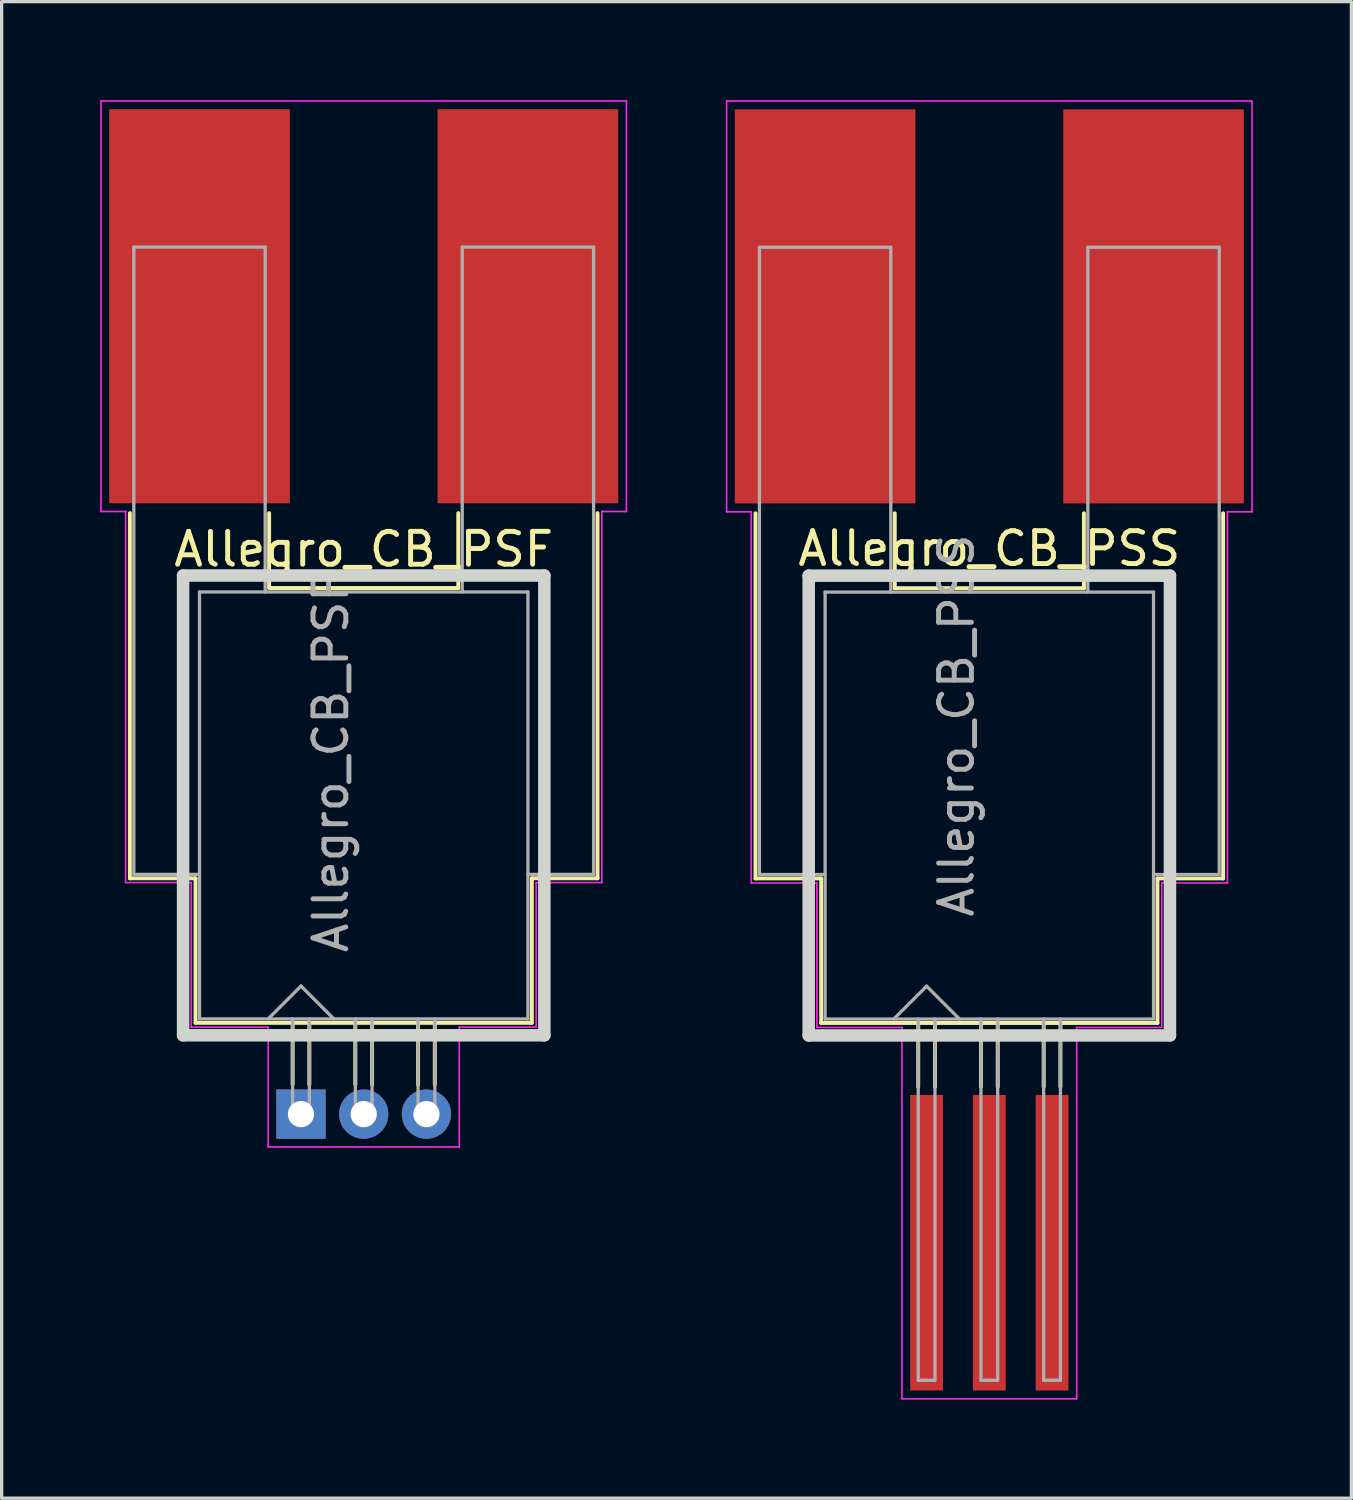
<source format=kicad_pcb>
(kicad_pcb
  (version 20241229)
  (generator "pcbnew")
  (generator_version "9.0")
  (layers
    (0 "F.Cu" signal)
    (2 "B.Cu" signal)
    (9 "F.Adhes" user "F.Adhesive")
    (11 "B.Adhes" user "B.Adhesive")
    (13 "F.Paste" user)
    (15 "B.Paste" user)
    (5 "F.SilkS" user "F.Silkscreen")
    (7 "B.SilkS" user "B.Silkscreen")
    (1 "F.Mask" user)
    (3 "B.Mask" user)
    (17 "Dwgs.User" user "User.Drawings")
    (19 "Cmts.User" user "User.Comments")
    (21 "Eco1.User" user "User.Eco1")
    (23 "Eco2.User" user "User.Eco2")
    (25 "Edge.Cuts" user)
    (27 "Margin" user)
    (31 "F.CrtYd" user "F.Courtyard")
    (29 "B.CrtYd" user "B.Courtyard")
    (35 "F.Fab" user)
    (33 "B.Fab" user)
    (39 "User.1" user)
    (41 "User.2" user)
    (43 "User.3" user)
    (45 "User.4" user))
  (footprint "Allegro_CB_PSS"
    (layer "F.Cu")
    (at 27.075 19.785)
    (property "Reference" "Allegro_CB_PSS" (at 0 -6.131 0) (layer "F.SilkS") (effects (font (size 1 1) (thickness 0.15))))
    (attr smd)
    (fp_line (start -7.12 3.914) (end -7.12 -7.206) (stroke (width 0.12) (type solid)) (layer "F.SilkS"))
    (fp_line (start -5.12 3.914) (end -7.12 3.914) (stroke (width 0.12) (type solid)) (layer "F.SilkS"))
    (fp_line (start -5.12 8.314) (end -5.12 3.914) (stroke (width 0.12) (type solid)) (layer "F.SilkS"))
    (fp_line (start -2.88 -4.926) (end -2.88 -7.206) (stroke (width 0.12) (type solid)) (layer "F.SilkS"))
    (fp_line (start -2.88 -4.926) (end 2.88 -4.926) (stroke (width 0.12) (type solid)) (layer "F.SilkS"))
    (fp_line (start -2.165 8.314) (end -2.165 10.256) (stroke (width 0.12) (type solid)) (layer "F.SilkS"))
    (fp_line (start -1.655 8.314) (end -1.655 10.256) (stroke (width 0.12) (type solid)) (layer "F.SilkS"))
    (fp_line (start -0.255 8.314) (end -0.255 10.256) (stroke (width 0.12) (type solid)) (layer "F.SilkS"))
    (fp_line (start 0.255 8.314) (end 0.255 10.256) (stroke (width 0.12) (type solid)) (layer "F.SilkS"))
    (fp_line (start 1.655 8.314) (end 1.655 10.256) (stroke (width 0.12) (type solid)) (layer "F.SilkS"))
    (fp_line (start 2.165 8.314) (end 2.165 10.256) (stroke (width 0.12) (type solid)) (layer "F.SilkS"))
    (fp_line (start 2.88 -4.926) (end 2.88 -7.206) (stroke (width 0.12) (type solid)) (layer "F.SilkS"))
    (fp_line (start 5.12 3.914) (end 7.12 3.914) (stroke (width 0.12) (type solid)) (layer "F.SilkS"))
    (fp_line (start 5.12 8.314) (end -5.12 8.314) (stroke (width 0.12) (type solid)) (layer "F.SilkS"))
    (fp_line (start 5.12 8.314) (end 5.12 3.914) (stroke (width 0.12) (type solid)) (layer "F.SilkS"))
    (fp_line (start 7.12 3.914) (end 7.12 -7.206) (stroke (width 0.12) (type solid)) (layer "F.SilkS"))
    (fp_line (start -5.5 -5.306) (end 5.5 -5.306) (stroke (width 0.381) (type solid)) (layer "Edge.Cuts"))
    (fp_line (start -5.5 8.694) (end -5.5 -5.306) (stroke (width 0.381) (type solid)) (layer "Edge.Cuts"))
    (fp_line (start 5.5 -5.306) (end 5.5 8.694) (stroke (width 0.381) (type solid)) (layer "Edge.Cuts"))
    (fp_line (start 5.5 8.694) (end -5.5 8.694) (stroke (width 0.381) (type solid)) (layer "Edge.Cuts"))
    (fp_line (start -8 -19.76) (end 8 -19.76) (stroke (width 0.05) (type solid)) (layer "F.CrtYd"))
    (fp_line (start -8 -7.25) (end -8 -19.76) (stroke (width 0.05) (type solid)) (layer "F.CrtYd"))
    (fp_line (start -8 -7.25) (end -7.25 -7.25) (stroke (width 0.05) (type solid)) (layer "F.CrtYd"))
    (fp_line (start -7.25 4.05) (end -7.25 -7.25) (stroke (width 0.05) (type solid)) (layer "F.CrtYd"))
    (fp_line (start -5.25 4.05) (end -7.25 4.05) (stroke (width 0.05) (type solid)) (layer "F.CrtYd"))
    (fp_line (start -5.25 4.05) (end -5.25 8.45) (stroke (width 0.05) (type solid)) (layer "F.CrtYd"))
    (fp_line (start -2.66 8.45) (end -5.25 8.45) (stroke (width 0.05) (type solid)) (layer "F.CrtYd"))
    (fp_line (start -2.66 8.45) (end -2.66 19.76) (stroke (width 0.05) (type solid)) (layer "F.CrtYd"))
    (fp_line (start 2.66 8.45) (end 2.66 19.76) (stroke (width 0.05) (type solid)) (layer "F.CrtYd"))
    (fp_line (start 2.66 8.45) (end 5.25 8.45) (stroke (width 0.05) (type solid)) (layer "F.CrtYd"))
    (fp_line (start 2.66 19.76) (end -2.66 19.76) (stroke (width 0.05) (type solid)) (layer "F.CrtYd"))
    (fp_line (start 5.25 4.05) (end 5.25 8.45) (stroke (width 0.05) (type solid)) (layer "F.CrtYd"))
    (fp_line (start 5.25 4.05) (end 7.25 4.05) (stroke (width 0.05) (type solid)) (layer "F.CrtYd"))
    (fp_line (start 7.25 -7.25) (end 8 -7.25) (stroke (width 0.05) (type solid)) (layer "F.CrtYd"))
    (fp_line (start 7.25 4.05) (end 7.25 -7.25) (stroke (width 0.05) (type solid)) (layer "F.CrtYd"))
    (fp_line (start 8 -19.76) (end 8 -7.25) (stroke (width 0.05) (type solid)) (layer "F.CrtYd"))
    (fp_line (start -7 -15.306) (end -3 -15.306) (stroke (width 0.1) (type solid)) (layer "F.Fab"))
    (fp_line (start -7 3.794) (end -7 -15.306) (stroke (width 0.1) (type solid)) (layer "F.Fab"))
    (fp_line (start -7 3.794) (end -5 3.794) (stroke (width 0.1) (type solid)) (layer "F.Fab"))
    (fp_line (start -5 -4.806) (end -5 8.194) (stroke (width 0.1) (type solid)) (layer "F.Fab"))
    (fp_line (start -5 -4.806) (end 5 -4.806) (stroke (width 0.1) (type solid)) (layer "F.Fab"))
    (fp_line (start -3 -4.806) (end -3 -15.306) (stroke (width 0.1) (type solid)) (layer "F.Fab"))
    (fp_line (start -2.165 8.194) (end -2.165 19.194) (stroke (width 0.1) (type solid)) (layer "F.Fab"))
    (fp_line (start -1.91 7.194) (end -2.91 8.194) (stroke (width 0.1) (type solid)) (layer "F.Fab"))
    (fp_line (start -1.91 7.194) (end -0.91 8.194) (stroke (width 0.1) (type solid)) (layer "F.Fab"))
    (fp_line (start -1.655 8.194) (end -1.655 19.194) (stroke (width 0.1) (type solid)) (layer "F.Fab"))
    (fp_line (start -1.655 19.194) (end -2.165 19.194) (stroke (width 0.1) (type solid)) (layer "F.Fab"))
    (fp_line (start -0.255 8.194) (end -0.255 19.194) (stroke (width 0.1) (type solid)) (layer "F.Fab"))
    (fp_line (start 0.255 8.194) (end 0.255 19.194) (stroke (width 0.1) (type solid)) (layer "F.Fab"))
    (fp_line (start 0.255 19.194) (end -0.255 19.194) (stroke (width 0.1) (type solid)) (layer "F.Fab"))
    (fp_line (start 1.655 8.194) (end 1.655 19.194) (stroke (width 0.1) (type solid)) (layer "F.Fab"))
    (fp_line (start 2.165 8.194) (end 2.165 19.194) (stroke (width 0.1) (type solid)) (layer "F.Fab"))
    (fp_line (start 2.165 19.194) (end 1.655 19.194) (stroke (width 0.1) (type solid)) (layer "F.Fab"))
    (fp_line (start 3 -4.806) (end 3 -15.306) (stroke (width 0.1) (type solid)) (layer "F.Fab"))
    (fp_line (start 5 -4.806) (end 5 8.194) (stroke (width 0.1) (type solid)) (layer "F.Fab"))
    (fp_line (start 5 3.794) (end 7 3.794) (stroke (width 0.1) (type solid)) (layer "F.Fab"))
    (fp_line (start 5 8.194) (end -5 8.194) (stroke (width 0.1) (type solid)) (layer "F.Fab"))
    (fp_line (start 7 -15.306) (end 3 -15.306) (stroke (width 0.1) (type solid)) (layer "F.Fab"))
    (fp_line (start 7 3.794) (end 7 -15.306) (stroke (width 0.1) (type solid)) (layer "F.Fab"))
    (fp_text user "${REFERENCE}" (at -1 -0.744 90) (layer "F.Fab") (effects (font (size 1 1) (thickness 0.15))))
    (pad "1" smd rect (at -1.91 15.006) (size 1 9) (layers "F.Cu" "F.Mask" "F.Paste"))
    (pad "2" smd rect (at 0 15.006) (size 1 9) (layers "F.Cu" "F.Mask" "F.Paste"))
    (pad "3" smd rect (at 1.91 15.006) (size 1 9) (layers "F.Cu" "F.Mask" "F.Paste"))
    (pad "4" smd rect (at 5 -13.506) (size 5.5 12) (layers "F.Cu" "F.Mask" "F.Paste"))
    (pad "5" smd rect (at -5 -13.506) (size 5.5 12) (layers "F.Cu" "F.Mask" "F.Paste")))
  (footprint "Allegro_CB_PSF"
    (layer "F.Cu")
    (at 6.115 30.875)
    (property "Reference" "Allegro_CB_PSF" (at 1.91 -17.2 0) (layer "F.SilkS") (effects (font (size 1 1) (thickness 0.15))))
    (attr through_hole)
    (fp_line (start -5.21 -7.18) (end -5.21 -18.3) (stroke (width 0.12) (type solid)) (layer "F.SilkS"))
    (fp_line (start -3.21 -7.18) (end -5.21 -7.18) (stroke (width 0.12) (type solid)) (layer "F.SilkS"))
    (fp_line (start -3.21 -2.78) (end -3.21 -7.18) (stroke (width 0.12) (type solid)) (layer "F.SilkS"))
    (fp_line (start -0.97 -16.02) (end -0.97 -18.3) (stroke (width 0.12) (type solid)) (layer "F.SilkS"))
    (fp_line (start -0.97 -16.02) (end 4.79 -16.02) (stroke (width 0.12) (type solid)) (layer "F.SilkS"))
    (fp_line (start -0.255 -2.78) (end -0.255 -0.9) (stroke (width 0.12) (type solid)) (layer "F.SilkS"))
    (fp_line (start 0.255 -2.78) (end 0.255 -0.9) (stroke (width 0.12) (type solid)) (layer "F.SilkS"))
    (fp_line (start 1.655 -2.78) (end 1.655 -0.9) (stroke (width 0.12) (type solid)) (layer "F.SilkS"))
    (fp_line (start 2.165 -2.78) (end 2.165 -0.9) (stroke (width 0.12) (type solid)) (layer "F.SilkS"))
    (fp_line (start 3.565 -2.78) (end 3.565 -0.9) (stroke (width 0.12) (type solid)) (layer "F.SilkS"))
    (fp_line (start 4.075 -2.78) (end 4.075 -0.9) (stroke (width 0.12) (type solid)) (layer "F.SilkS"))
    (fp_line (start 4.79 -16.02) (end 4.79 -18.3) (stroke (width 0.12) (type solid)) (layer "F.SilkS"))
    (fp_line (start 7.03 -7.18) (end 9.03 -7.18) (stroke (width 0.12) (type solid)) (layer "F.SilkS"))
    (fp_line (start 7.03 -2.78) (end -3.21 -2.78) (stroke (width 0.12) (type solid)) (layer "F.SilkS"))
    (fp_line (start 7.03 -2.78) (end 7.03 -7.18) (stroke (width 0.12) (type solid)) (layer "F.SilkS"))
    (fp_line (start 9.03 -7.18) (end 9.03 -18.3) (stroke (width 0.12) (type solid)) (layer "F.SilkS"))
    (fp_line (start -3.59 -16.4) (end 7.41 -16.4) (stroke (width 0.381) (type solid)) (layer "Edge.Cuts"))
    (fp_line (start -3.59 -2.4) (end -3.59 -16.4) (stroke (width 0.381) (type solid)) (layer "Edge.Cuts"))
    (fp_line (start 7.41 -16.4) (end 7.41 -2.4) (stroke (width 0.381) (type solid)) (layer "Edge.Cuts"))
    (fp_line (start 7.41 -2.4) (end -3.59 -2.4) (stroke (width 0.381) (type solid)) (layer "Edge.Cuts"))
    (fp_line (start -6.09 -30.85) (end 9.91 -30.85) (stroke (width 0.05) (type solid)) (layer "F.CrtYd"))
    (fp_line (start -6.09 -18.35) (end -6.09 -30.85) (stroke (width 0.05) (type solid)) (layer "F.CrtYd"))
    (fp_line (start -6.09 -18.35) (end -5.34 -18.35) (stroke (width 0.05) (type solid)) (layer "F.CrtYd"))
    (fp_line (start -5.34 -7.05) (end -5.34 -18.35) (stroke (width 0.05) (type solid)) (layer "F.CrtYd"))
    (fp_line (start -3.34 -7.05) (end -5.34 -7.05) (stroke (width 0.05) (type solid)) (layer "F.CrtYd"))
    (fp_line (start -3.34 -7.05) (end -3.34 -2.65) (stroke (width 0.05) (type solid)) (layer "F.CrtYd"))
    (fp_line (start -1 -2.65) (end -3.34 -2.65) (stroke (width 0.05) (type solid)) (layer "F.CrtYd"))
    (fp_line (start -1 -2.65) (end -1 1) (stroke (width 0.05) (type solid)) (layer "F.CrtYd"))
    (fp_line (start 4.82 -2.65) (end 4.82 1) (stroke (width 0.05) (type solid)) (layer "F.CrtYd"))
    (fp_line (start 4.82 -2.65) (end 7.16 -2.65) (stroke (width 0.05) (type solid)) (layer "F.CrtYd"))
    (fp_line (start 4.82 1) (end -1 1) (stroke (width 0.05) (type solid)) (layer "F.CrtYd"))
    (fp_line (start 7.16 -7.05) (end 7.16 -2.65) (stroke (width 0.05) (type solid)) (layer "F.CrtYd"))
    (fp_line (start 7.16 -7.05) (end 9.16 -7.05) (stroke (width 0.05) (type solid)) (layer "F.CrtYd"))
    (fp_line (start 9.16 -18.35) (end 9.91 -18.35) (stroke (width 0.05) (type solid)) (layer "F.CrtYd"))
    (fp_line (start 9.16 -7.05) (end 9.16 -18.35) (stroke (width 0.05) (type solid)) (layer "F.CrtYd"))
    (fp_line (start 9.91 -30.85) (end 9.91 -18.35) (stroke (width 0.05) (type solid)) (layer "F.CrtYd"))
    (fp_line (start -5.09 -26.4) (end -1.09 -26.4) (stroke (width 0.1) (type solid)) (layer "F.Fab"))
    (fp_line (start -5.09 -7.3) (end -5.09 -26.4) (stroke (width 0.1) (type solid)) (layer "F.Fab"))
    (fp_line (start -5.09 -7.3) (end -3.09 -7.3) (stroke (width 0.1) (type solid)) (layer "F.Fab"))
    (fp_line (start -3.09 -15.9) (end -3.09 -2.9) (stroke (width 0.1) (type solid)) (layer "F.Fab"))
    (fp_line (start -3.09 -15.9) (end 6.91 -15.9) (stroke (width 0.1) (type solid)) (layer "F.Fab"))
    (fp_line (start -1.09 -15.9) (end -1.09 -26.4) (stroke (width 0.1) (type solid)) (layer "F.Fab"))
    (fp_line (start -0.255 -2.9) (end -0.255 0.19) (stroke (width 0.1) (type solid)) (layer "F.Fab"))
    (fp_line (start 0 -3.9) (end -1 -2.9) (stroke (width 0.1) (type solid)) (layer "F.Fab"))
    (fp_line (start 0 -3.9) (end 1 -2.9) (stroke (width 0.1) (type solid)) (layer "F.Fab"))
    (fp_line (start 0.255 -2.9) (end 0.255 0.19) (stroke (width 0.1) (type solid)) (layer "F.Fab"))
    (fp_line (start 1.655 -2.9) (end 1.655 0.19) (stroke (width 0.1) (type solid)) (layer "F.Fab"))
    (fp_line (start 2.165 -2.9) (end 2.165 0.19) (stroke (width 0.1) (type solid)) (layer "F.Fab"))
    (fp_line (start 3.565 -2.9) (end 3.565 0.19) (stroke (width 0.1) (type solid)) (layer "F.Fab"))
    (fp_line (start 4.075 -2.9) (end 4.075 0.19) (stroke (width 0.1) (type solid)) (layer "F.Fab"))
    (fp_line (start 4.91 -15.9) (end 4.91 -26.4) (stroke (width 0.1) (type solid)) (layer "F.Fab"))
    (fp_line (start 6.91 -15.9) (end 6.91 -2.9) (stroke (width 0.1) (type solid)) (layer "F.Fab"))
    (fp_line (start 6.91 -7.3) (end 8.91 -7.3) (stroke (width 0.1) (type solid)) (layer "F.Fab"))
    (fp_line (start 6.91 -2.9) (end -3.09 -2.9) (stroke (width 0.1) (type solid)) (layer "F.Fab"))
    (fp_line (start 8.91 -26.4) (end 4.91 -26.4) (stroke (width 0.1) (type solid)) (layer "F.Fab"))
    (fp_line (start 8.91 -7.3) (end 8.91 -26.4) (stroke (width 0.1) (type solid)) (layer "F.Fab"))
    (fp_text user "${REFERENCE}" (at 0.91 -10.7 90) (layer "F.Fab") (effects (font (size 1 1) (thickness 0.15))))
    (pad "1" thru_hole rect (at 0 0) (size 1.5 1.5) (drill 0.8) (layers "*.Cu" "*.Mask"))
    (pad "2" thru_hole circle (at 1.91 0) (size 1.5 1.5) (drill 0.8) (layers "*.Cu" "*.Mask"))
    (pad "3" thru_hole circle (at 3.82 0) (size 1.5 1.5) (drill 0.8) (layers "*.Cu" "*.Mask"))
    (pad "4" smd rect (at 6.91 -24.6) (size 5.5 12) (layers "F.Cu" "F.Mask" "F.Paste"))
    (pad "5" smd rect (at -3.09 -24.6) (size 5.5 12) (layers "F.Cu" "F.Mask" "F.Paste")))
  (gr_rect
    (start -3 -3)
    (end 38.1 42.57)
    (stroke (width 0.1) (type default))
    (fill no)
    (layer "Edge.Cuts")))
</source>
